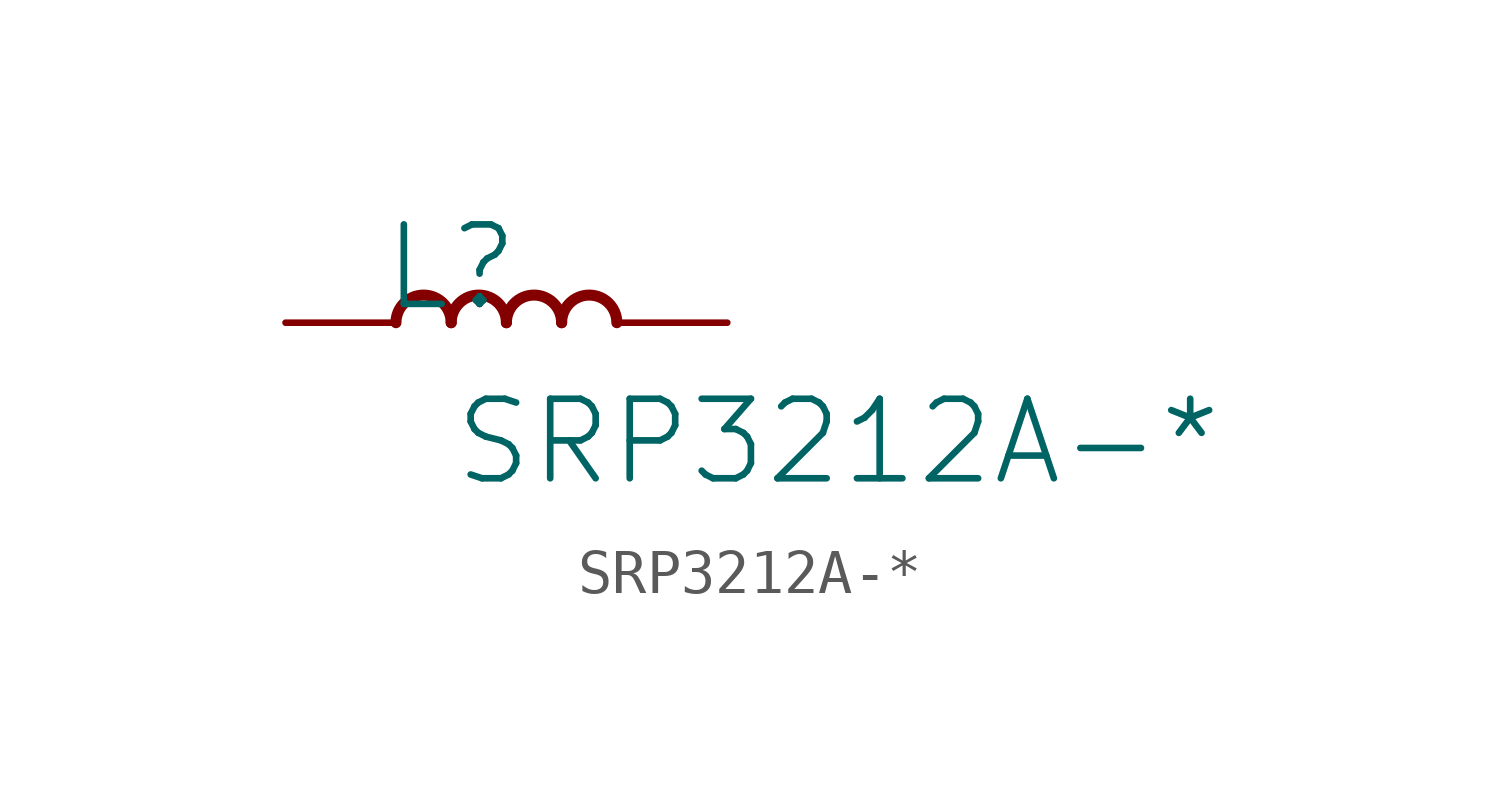
<source format=kicad_sym>
(kicad_symbol_lib
  (version 20231120)
  (generator "kicad_symbol_editor")
  (generator_version "8.0")
  (symbol "SRP3212A-*"
    (property "Reference" "L"
      (at -1.27 1.27 0)
      (effects (font (size 1.829 1.829))))
    (property "Value" "SRP3212A-*"
      (at -1.27 -3.81 0)
      (effects (font (size 1.829 1.829)) (justify left bottom)))
    (symbol "SRP3212A-*_1_0"
      (arc (start -1.27 0) (mid -1.905 0.635) (end -2.54 0) (stroke (width 0.254) (type solid)) (fill (type none)))
      (arc (start 0 0) (mid -0.635 0.635) (end -1.27 0) (stroke (width 0.254) (type solid)) (fill (type none)))
      (arc (start 1.27 0) (mid 0.635 0.635) (end 0 0) (stroke (width 0.254) (type solid)) (fill (type none)))
      (arc (start 2.54 0) (mid 1.905 0.635) (end 1.27 0) (stroke (width 0.254) (type solid)) (fill (type none)))
      (pin passive line (at -5.08 0 0) (length 2.54) (name "1" (effects (font (size 0 0)))) (number "1" (effects (font (size 0 0)))))
      (pin passive line (at 5.08 0 180) (length 2.54) (name "2" (effects (font (size 0 0)))) (number "2" (effects (font (size 0 0))))))))
</source>
